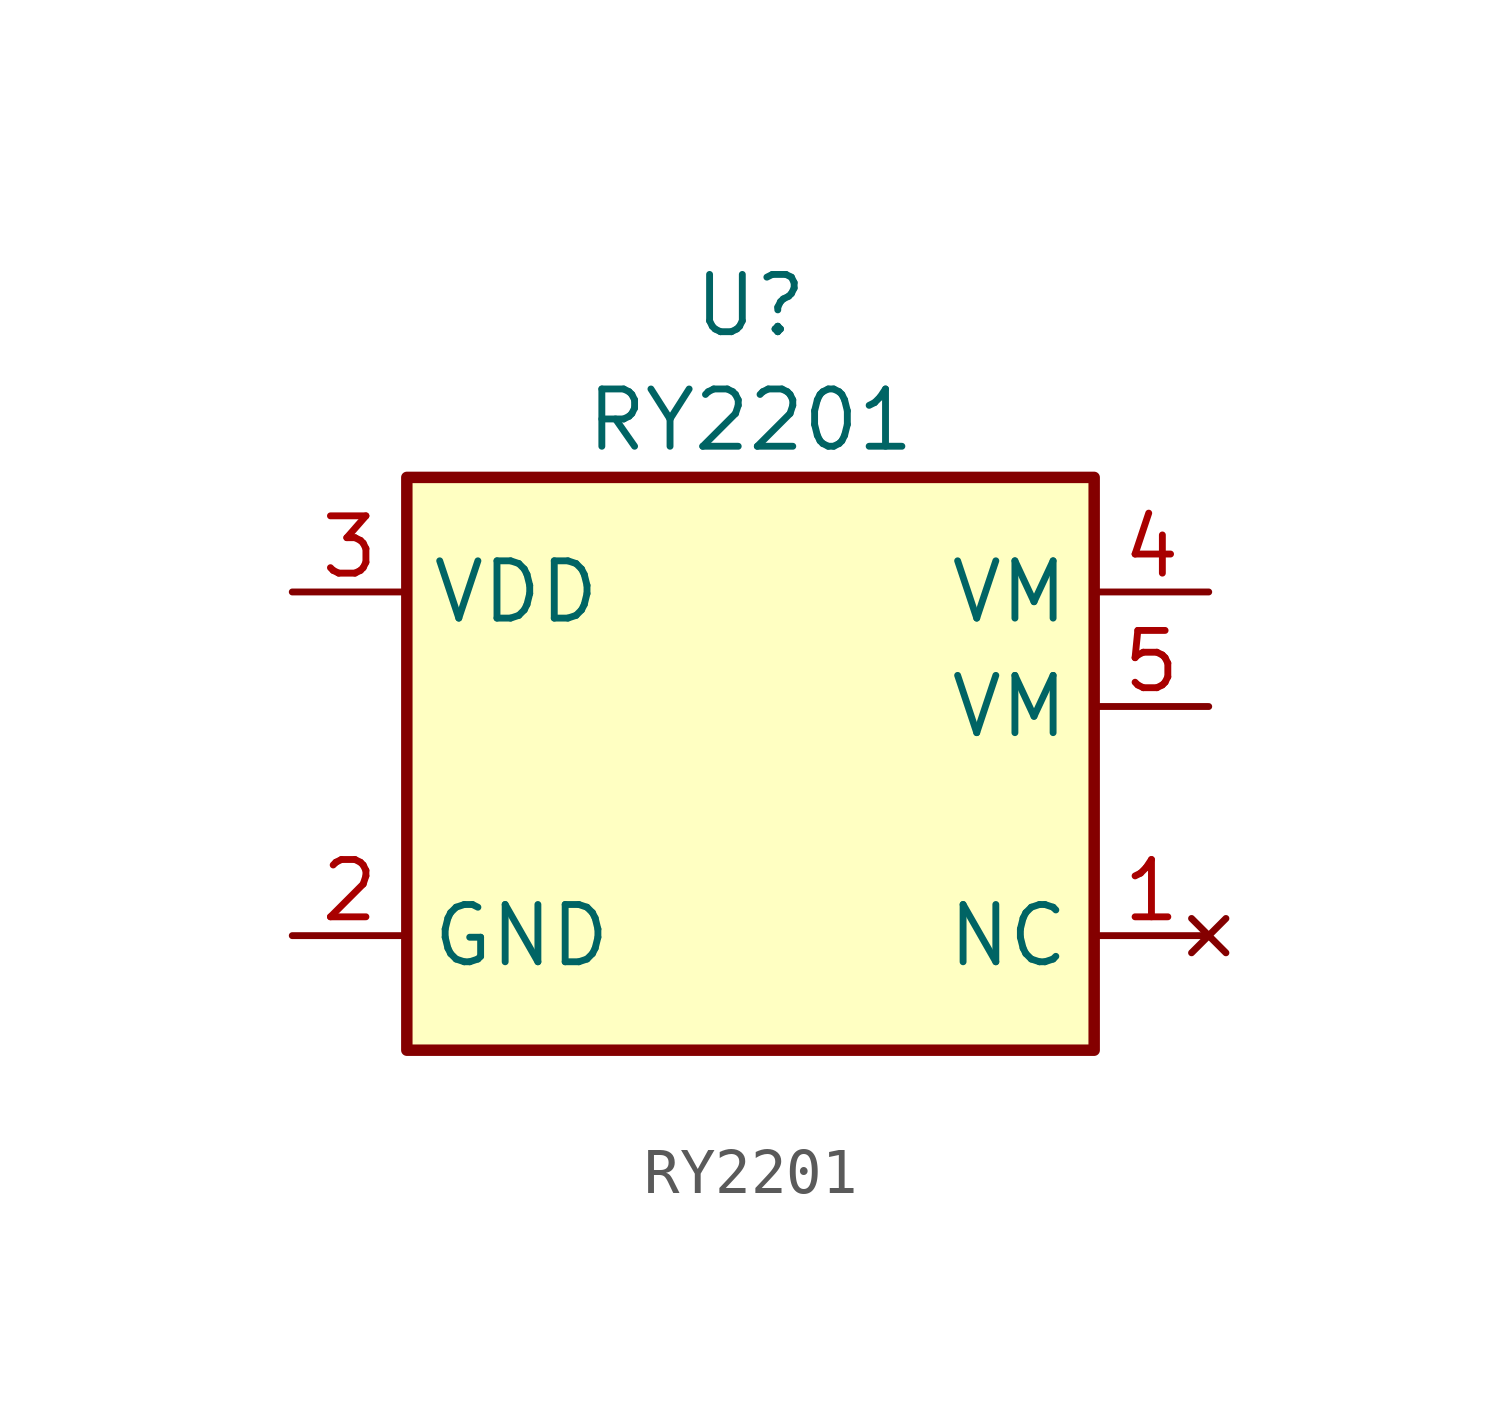
<source format=kicad_sym>
(kicad_symbol_lib
  (version 20211014)
  (generator kicad_symbol_editor)
  (symbol "RY2201"
    (property "Reference" "U"
      (at 0 10.16 0)
      (effects (font (size 1.27 1.27))))
    (property "Value" "RY2201"
      (at 0 7.62 0)
      (effects (font (size 1.27 1.27))))
    (symbol "RY2201_0_1"
      (rectangle (start -7.62 6.35) (end 7.62 -6.35) (stroke (width 0.254) (type default) (color 0 0 0 0)) (fill (type background))))
    (symbol "RY2201_1_1"
      (pin no_connect line (at 10.16 -3.81 180) (length 2.54) (name "NC" (effects (font (size 1.27 1.27)))) (number "1" (effects (font (size 1.27 1.27)))))
      (pin power_in line (at -10.16 -3.81 0) (length 2.54) (name "GND" (effects (font (size 1.27 1.27)))) (number "2" (effects (font (size 1.27 1.27)))))
      (pin power_in line (at -10.16 3.81 0) (length 2.54) (name "VDD" (effects (font (size 1.27 1.27)))) (number "3" (effects (font (size 1.27 1.27)))))
      (pin passive line (at 10.16 3.81 180) (length 2.54) (name "VM" (effects (font (size 1.27 1.27)))) (number "4" (effects (font (size 1.27 1.27)))))
      (pin passive line (at 10.16 1.27 180) (length 2.54) (name "VM" (effects (font (size 1.27 1.27)))) (number "5" (effects (font (size 1.27 1.27))))))))
</source>
